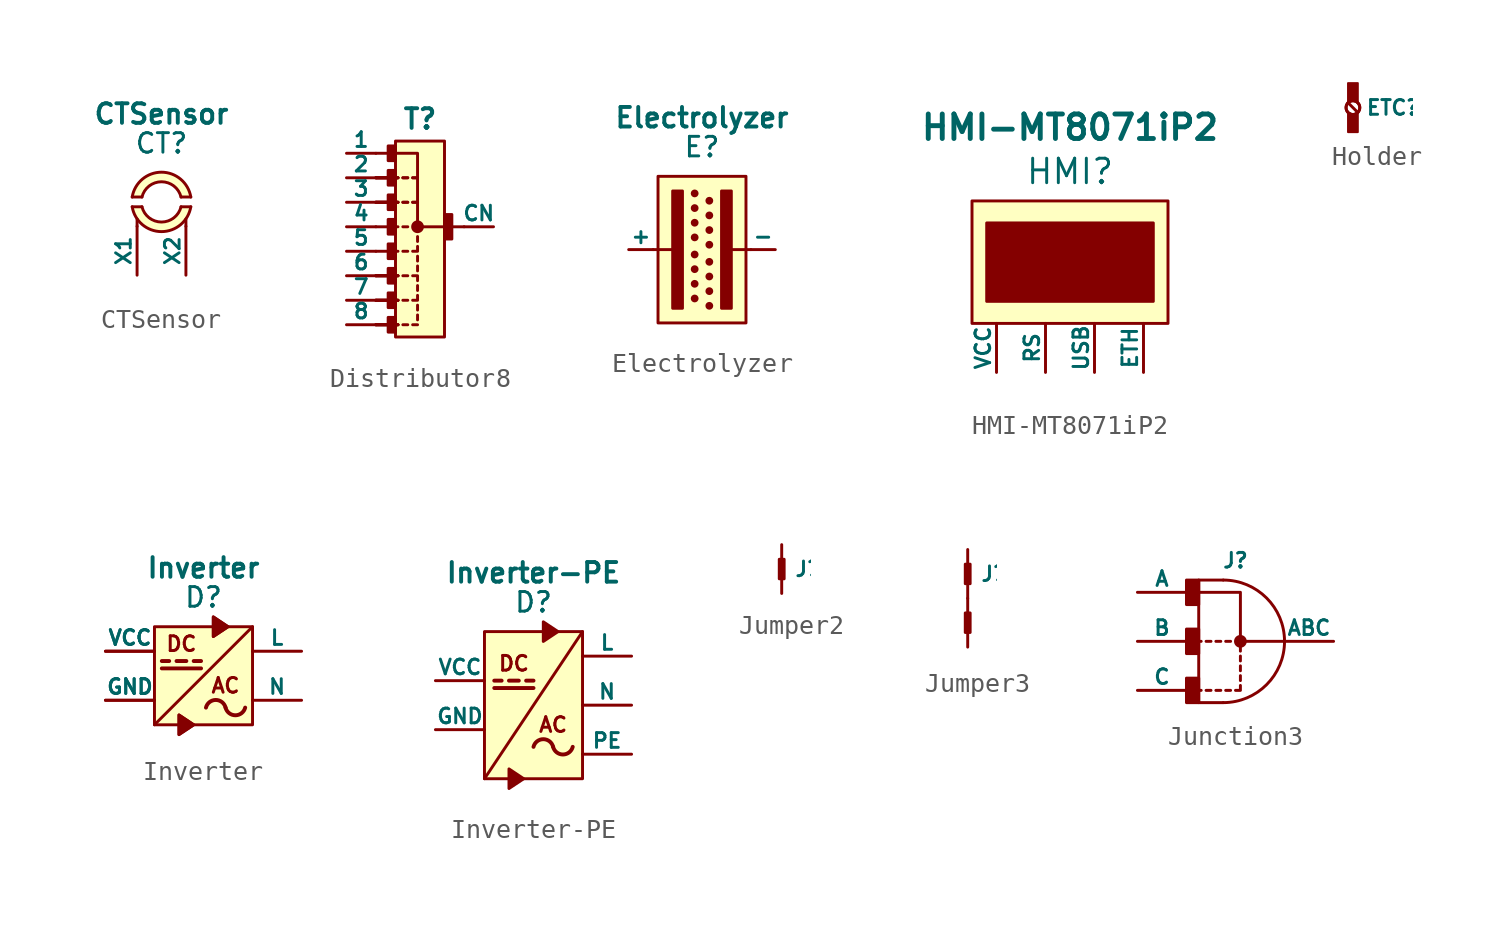
<source format=kicad_sym>
(kicad_symbol_lib
  (version 20231120)
  (generator "kicad_symbol_editor")
  (generator_version "8.0")
  (symbol "CTSensor"
    (pin_numbers hide)
    (pin_names
      (offset 0))
    (property "Reference" "CT"
      (at 0 3.048 0)
      (effects (font (size 1.016 1.016))))
    (property "Value" "CTSensor"
      (at 0 4.572 0)
      (effects (font (size 1.016 1.016) (bold yes))))
    (symbol "CTSensor_0_1"
      (polyline (pts (xy -1.27 -1.27) (xy -1.27 -0.889)) (stroke (width 0) (type solid)) (fill (type none)))
      (polyline (pts (xy 1.27 -1.27) (xy 1.27 -0.889)) (stroke (width 0) (type solid)) (fill (type none))))
    (symbol "CTSensor_1_1"
      (arc (start -1.524 -0.254) (mid 0 -1.545) (end 1.524 -0.254) (stroke (width 0) (type solid)) (fill (type none)))
      (arc (start -1.016 -0.254) (mid 0 -1.0473) (end 1.016 -0.254) (stroke (width 0) (type solid)) (fill (type none)))
      (polyline (pts (xy -1.524 -0.254) (xy -1.016 -0.254)) (stroke (width 0) (type solid)) (fill (type none)))
      (polyline (pts (xy -1.016 0.254) (xy -1.524 0.254)) (stroke (width 0) (type solid)) (fill (type none)))
      (polyline (pts (xy 1.016 -0.254) (xy 1.524 -0.254)) (stroke (width 0) (type solid)) (fill (type none)))
      (polyline (pts (xy 1.524 0.254) (xy 1.016 0.254)) (stroke (width 0) (type solid)) (fill (type none)))
      (polyline (pts (xy -1.016 0.254) (xy -0.889 0.635) (xy -0.635 0.889) (xy -0.254 1.016) (xy 0.254 1.016) (xy 0.635 0.889) (xy 0.889 0.635) (xy 1.016 0.254) (xy 1.524 0.254) (xy 1.397 0.635) (xy 1.143 1.016) (xy 0.889 1.27) (xy 0.635 1.397) (xy 0.254 1.524) (xy -0.254 1.524) (xy -0.635 1.397) (xy -0.889 1.27) (xy -1.143 1.016) (xy -1.397 0.635) (xy -1.524 0.254)) (stroke (width 0.025) (type solid)) (fill (type background)))
      (polyline (pts (xy 1.016 -0.254) (xy 0.889 -0.635) (xy 0.635 -0.889) (xy 0.254 -1.016) (xy -0.254 -1.016) (xy -0.635 -0.889) (xy -0.889 -0.635) (xy -1.016 -0.254) (xy -1.524 -0.254) (xy -1.397 -0.635) (xy -1.143 -1.016) (xy -0.889 -1.27) (xy -0.635 -1.397) (xy -0.254 -1.524) (xy 0.254 -1.524) (xy 0.635 -1.397) (xy 0.889 -1.27) (xy 1.143 -1.016) (xy 1.397 -0.635) (xy 1.524 -0.254)) (stroke (width 0.025) (type solid)) (fill (type background)))
      (arc (start 1.016 0.254) (mid 0 1.0473) (end -1.016 0.254) (stroke (width 0) (type solid)) (fill (type none)))
      (arc (start 1.524 0.254) (mid 0 1.545) (end -1.524 0.254) (stroke (width 0) (type solid)) (fill (type none)))
      (pin passive line (at -1.27 -3.81 90) (length 2.54) (name "X1" (effects (font (size 0.762 0.762)))) (number "1" (effects (font (size 0.762 0.762)))))
      (pin passive line (at 1.27 -3.81 90) (length 2.54) (name "X2" (effects (font (size 0.762 0.762)))) (number "2" (effects (font (size 0.762 0.762)))))))
  (symbol "Distributor8"
    (pin_numbers hide)
    (pin_names
      (offset 0))
    (property "Reference" "T"
      (at 0 5.588 0)
      (effects (font (size 1.016 1.016) (bold yes))))
    (symbol "Distributor8_0_1"
      (rectangle (start -1.651 -4.699) (end -1.27 -5.461) (stroke (width 0) (type solid)) (fill (type outline)))
      (rectangle (start -1.651 -3.429) (end -1.27 -4.191) (stroke (width 0) (type solid)) (fill (type outline)))
      (rectangle (start -1.651 -2.159) (end -1.27 -2.921) (stroke (width 0) (type solid)) (fill (type outline)))
      (rectangle (start -1.651 -0.889) (end -1.27 -1.651) (stroke (width 0) (type solid)) (fill (type outline)))
      (rectangle (start -1.651 0.381) (end -1.27 -0.381) (stroke (width 0) (type solid)) (fill (type outline)))
      (rectangle (start -1.651 1.651) (end -1.27 0.889) (stroke (width 0) (type solid)) (fill (type outline)))
      (rectangle (start -1.651 2.921) (end -1.27 2.159) (stroke (width 0) (type solid)) (fill (type outline)))
      (rectangle (start -1.651 4.191) (end -1.27 3.429) (stroke (width 0) (type solid)) (fill (type outline)))
      (rectangle (start -1.27 -5.715) (end 1.27 4.445) (stroke (width 0) (type solid)) (fill (type background)))
      (circle (center -0.127 0) (radius 0.254) (stroke (width 0) (type solid)) (fill (type outline)))
      (polyline (pts (xy -2.286 -1.27) (xy -1.143 -1.27)) (stroke (width 0) (type solid)) (fill (type none)))
      (polyline (pts (xy -0.889 -2.54) (xy -0.635 -2.54)) (stroke (width 0) (type solid)) (fill (type none)))
      (polyline (pts (xy -0.889 0) (xy -0.635 0)) (stroke (width 0) (type solid)) (fill (type none)))
      (polyline (pts (xy -0.889 1.27) (xy -0.635 1.27)) (stroke (width 0) (type solid)) (fill (type none)))
      (polyline (pts (xy -0.889 1.27) (xy -0.635 1.27)) (stroke (width 0) (type solid)) (fill (type none)))
      (polyline (pts (xy -0.889 2.54) (xy -0.635 2.54)) (stroke (width 0) (type solid)) (fill (type none)))
      (polyline (pts (xy -0.889 2.54) (xy -0.635 2.54)) (stroke (width 0) (type solid)) (fill (type none)))
      (polyline (pts (xy -0.381 1.27) (xy -0.127 1.27)) (stroke (width 0) (type solid)) (fill (type none)))
      (polyline (pts (xy -0.381 1.27) (xy -0.127 1.27)) (stroke (width 0) (type solid)) (fill (type none)))
      (polyline (pts (xy -0.381 2.54) (xy -0.127 2.54)) (stroke (width 0) (type solid)) (fill (type none)))
      (polyline (pts (xy -0.381 2.54) (xy -0.127 2.54)) (stroke (width 0) (type solid)) (fill (type none)))
      (polyline (pts (xy -0.127 -2.794) (xy -0.127 -2.54) (xy -0.381 -2.54)) (stroke (width 0) (type solid)) (fill (type none)))
      (polyline (pts (xy -2.286 3.81) (xy -0.127 3.81) (xy -0.127 0) (xy 2.286 0)) (stroke (width 0) (type solid)) (fill (type none)))
      (rectangle (start 1.651 -0.635) (end 1.27 0.635) (stroke (width 0) (type solid)) (fill (type outline))))
    (symbol "Distributor8_1_1"
      (polyline (pts (xy -2.286 -5.08) (xy -1.143 -5.08)) (stroke (width 0) (type solid)) (fill (type none)))
      (polyline (pts (xy -2.286 -5.08) (xy -1.143 -5.08)) (stroke (width 0) (type solid)) (fill (type none)))
      (polyline (pts (xy -2.286 -5.08) (xy -1.143 -5.08)) (stroke (width 0) (type solid)) (fill (type none)))
      (polyline (pts (xy -2.286 -5.08) (xy -1.143 -5.08)) (stroke (width 0) (type solid)) (fill (type none)))
      (polyline (pts (xy -2.286 -3.81) (xy -1.143 -3.81)) (stroke (width 0) (type solid)) (fill (type none)))
      (polyline (pts (xy -2.286 -3.81) (xy -1.143 -3.81)) (stroke (width 0) (type solid)) (fill (type none)))
      (polyline (pts (xy -2.286 -3.81) (xy -1.143 -3.81)) (stroke (width 0) (type solid)) (fill (type none)))
      (polyline (pts (xy -2.286 -3.81) (xy -1.143 -3.81)) (stroke (width 0) (type solid)) (fill (type none)))
      (polyline (pts (xy -2.286 -2.54) (xy -1.143 -2.54)) (stroke (width 0) (type solid)) (fill (type none)))
      (polyline (pts (xy -2.286 -2.54) (xy -1.143 -2.54)) (stroke (width 0) (type solid)) (fill (type none)))
      (polyline (pts (xy -2.286 -2.54) (xy -1.143 -2.54)) (stroke (width 0) (type solid)) (fill (type none)))
      (polyline (pts (xy -2.286 -2.54) (xy -1.143 -2.54)) (stroke (width 0) (type solid)) (fill (type none)))
      (polyline (pts (xy -2.286 0) (xy -1.143 0)) (stroke (width 0) (type solid)) (fill (type none)))
      (polyline (pts (xy -2.286 1.27) (xy -1.143 1.27)) (stroke (width 0) (type solid)) (fill (type none)))
      (polyline (pts (xy -2.286 1.27) (xy -1.143 1.27)) (stroke (width 0) (type solid)) (fill (type none)))
      (polyline (pts (xy -2.286 1.27) (xy -1.143 1.27)) (stroke (width 0) (type solid)) (fill (type none)))
      (polyline (pts (xy -2.286 1.27) (xy -1.143 1.27)) (stroke (width 0) (type solid)) (fill (type none)))
      (polyline (pts (xy -2.286 2.54) (xy -1.143 2.54)) (stroke (width 0) (type solid)) (fill (type none)))
      (polyline (pts (xy -2.286 2.54) (xy -1.143 2.54)) (stroke (width 0) (type solid)) (fill (type none)))
      (polyline (pts (xy -2.286 2.54) (xy -1.143 2.54)) (stroke (width 0) (type solid)) (fill (type none)))
      (polyline (pts (xy -2.286 2.54) (xy -1.143 2.54)) (stroke (width 0) (type solid)) (fill (type none)))
      (polyline (pts (xy -0.889 -5.08) (xy -0.635 -5.08)) (stroke (width 0) (type solid)) (fill (type none)))
      (polyline (pts (xy -0.889 -3.81) (xy -0.635 -3.81)) (stroke (width 0) (type solid)) (fill (type none)))
      (polyline (pts (xy -0.889 -1.27) (xy -0.635 -1.27)) (stroke (width 0) (type solid)) (fill (type none)))
      (polyline (pts (xy -0.381 -5.08) (xy -0.127 -5.08)) (stroke (width 0) (type solid)) (fill (type none)))
      (polyline (pts (xy -0.127 -4.826) (xy -0.127 -4.572)) (stroke (width 0) (type solid)) (fill (type none)))
      (polyline (pts (xy -0.127 -4.318) (xy -0.127 -4.064)) (stroke (width 0) (type solid)) (fill (type none)))
      (polyline (pts (xy -0.127 -3.302) (xy -0.127 -3.048)) (stroke (width 0) (type solid)) (fill (type none)))
      (polyline (pts (xy -0.127 -2.286) (xy -0.127 -2.032)) (stroke (width 0) (type solid)) (fill (type none)))
      (polyline (pts (xy -0.127 -1.778) (xy -0.127 -1.524)) (stroke (width 0) (type solid)) (fill (type none)))
      (polyline (pts (xy -0.127 -0.762) (xy -0.127 -0.508)) (stroke (width 0) (type solid)) (fill (type none)))
      (polyline (pts (xy -0.381 -3.81) (xy -0.127 -3.81) (xy -0.127 -3.556)) (stroke (width 0) (type solid)) (fill (type none)))
      (polyline (pts (xy -0.381 -1.27) (xy -0.127 -1.27) (xy -0.127 -1.016)) (stroke (width 0) (type solid)) (fill (type none)))
      (pin passive line (at -3.81 3.81 0) (length 1.524) (name "1" (effects (font (size 0.762 0.762)))) (number "1" (effects (font (size 0.762 0.762)))))
      (pin passive line (at -3.81 2.54 0) (length 1.524) (name "2" (effects (font (size 0.762 0.762)))) (number "2" (effects (font (size 0.762 0.762)))))
      (pin passive line (at -3.81 1.27 0) (length 1.524) (name "3" (effects (font (size 0.762 0.762)))) (number "3" (effects (font (size 0.762 0.762)))))
      (pin passive line (at -3.81 0 0) (length 1.524) (name "4" (effects (font (size 0.762 0.762)))) (number "4" (effects (font (size 0.762 0.762)))))
      (pin passive line (at -3.81 -1.27 0) (length 1.524) (name "5" (effects (font (size 0.762 0.762)))) (number "5" (effects (font (size 0.762 0.762)))))
      (pin passive line (at -3.81 -2.54 0) (length 1.524) (name "6" (effects (font (size 0.762 0.762)))) (number "6" (effects (font (size 0.762 0.762)))))
      (pin passive line (at -3.81 -3.81 0) (length 1.524) (name "7" (effects (font (size 0.762 0.762)))) (number "7" (effects (font (size 0.762 0.762)))))
      (pin passive line (at -3.81 -5.08 0) (length 1.524) (name "8" (effects (font (size 0.762 0.762)))) (number "8" (effects (font (size 0.762 0.762)))))
      (pin passive line (at 3.81 0 180) (length 1.524) (name "CN" (effects (font (size 0.762 0.762)))) (number "9" (effects (font (size 0.762 0.762)))))))
  (symbol "Electrolyzer"
    (pin_numbers hide)
    (pin_names
      (offset 0))
    (property "Reference" "E"
      (at 0 5.334 0)
      (effects (font (size 1.016 1.016))))
    (property "Value" "Electrolyzer"
      (at 0 6.858 0)
      (effects (font (size 1.016 1.016) (bold yes))))
    (symbol "Electrolyzer_0_1"
      (rectangle (start -2.286 3.81) (end 2.286 -3.81) (stroke (width 0) (type solid)) (fill (type background)))
      (rectangle (start -1.524 3.048) (end -1.016 -3.048) (stroke (width 0) (type solid)) (fill (type outline)))
      (circle (center -0.381 -2.54) (radius 0.127) (stroke (width 0) (type solid)) (fill (type outline)))
      (circle (center -0.381 -1.778) (radius 0.127) (stroke (width 0) (type solid)) (fill (type outline)))
      (circle (center -0.381 -1.016) (radius 0.127) (stroke (width 0) (type solid)) (fill (type outline)))
      (circle (center -0.381 -0.254) (radius 0.127) (stroke (width 0) (type solid)) (fill (type outline)))
      (circle (center -0.381 0.635) (radius 0.127) (stroke (width 0) (type solid)) (fill (type outline)))
      (circle (center -0.381 1.397) (radius 0.127) (stroke (width 0) (type solid)) (fill (type outline)))
      (circle (center -0.381 2.159) (radius 0.127) (stroke (width 0) (type solid)) (fill (type outline)))
      (circle (center -0.381 2.921) (radius 0.127) (stroke (width 0) (type solid)) (fill (type outline)))
      (polyline (pts (xy -2.54 0) (xy -1.27 0)) (stroke (width 0) (type solid)) (fill (type none)))
      (polyline (pts (xy 2.54 0) (xy 1.27 0)) (stroke (width 0) (type solid)) (fill (type none)))
      (circle (center 0.381 -2.921) (radius 0.127) (stroke (width 0) (type solid)) (fill (type outline)))
      (circle (center 0.381 -2.159) (radius 0.127) (stroke (width 0) (type solid)) (fill (type outline)))
      (circle (center 0.381 -1.397) (radius 0.127) (stroke (width 0) (type solid)) (fill (type outline)))
      (circle (center 0.381 -0.635) (radius 0.127) (stroke (width 0) (type solid)) (fill (type outline)))
      (circle (center 0.381 0.254) (radius 0.127) (stroke (width 0) (type solid)) (fill (type outline)))
      (circle (center 0.381 1.016) (radius 0.127) (stroke (width 0) (type solid)) (fill (type outline)))
      (circle (center 0.381 1.778) (radius 0.127) (stroke (width 0) (type solid)) (fill (type outline)))
      (circle (center 0.381 2.54) (radius 0.127) (stroke (width 0) (type solid)) (fill (type outline)))
      (rectangle (start 1.016 3.048) (end 1.524 -3.048) (stroke (width 0) (type solid)) (fill (type outline))))
    (symbol "Electrolyzer_1_1"
      (pin passive line (at -3.81 0 0) (length 1.27) (name "+" (effects (font (size 0.762 0.762)))) (number "1" (effects (font (size 0.762 0.762)))))
      (pin passive line (at 3.81 0 180) (length 1.27) (name "-" (effects (font (size 0.762 0.762)))) (number "2" (effects (font (size 0.762 0.762)))))))
  (symbol "HMI-MT8071iP2"
    (pin_numbers hide)
    (pin_names
      (offset 0))
    (property "Reference" "HMI"
      (at 0 5.334 0)
      (effects (font (size 1.27 1.27))))
    (property "Value" "HMI-MT8071iP2"
      (at 0 7.62 0)
      (effects (font (size 1.27 1.27) (bold yes))))
    (symbol "HMI-MT8071iP2_0_1"
      (rectangle (start -5.08 3.81) (end 5.08 -2.54) (stroke (width 0) (type solid)) (fill (type background)))
      (rectangle (start -4.318 2.667) (end 4.318 -1.397) (stroke (width 0) (type solid)) (fill (type outline))))
    (symbol "HMI-MT8071iP2_1_1"
      (pin passive line (at -3.81 -5.08 90) (length 2.54) (name "VCC" (effects (font (size 0.762 0.762)))) (number "1" (effects (font (size 0.762 0.762)))))
      (pin passive line (at 3.81 -5.08 90) (length 2.54) (name "ETH" (effects (font (size 0.762 0.762)))) (number "2" (effects (font (size 0.762 0.762)))))
      (pin passive line (at -1.27 -5.08 90) (length 2.54) (name "RS" (effects (font (size 0.762 0.762)))) (number "2" (effects (font (size 0.762 0.762)))))
      (pin passive line (at 1.27 -5.08 90) (length 2.54) (name "USB" (effects (font (size 0.762 0.762)))) (number "2" (effects (font (size 0.762 0.762)))))))
  (symbol "Holder"
    (pin_numbers hide)
    (pin_names
      (offset 0) hide)
    (property "Reference" "ETC"
      (at 0.635 0 0)
      (effects (font (size 0.762 0.762)) (justify left)))
    (symbol "Holder_0_1"
      (polyline (pts (xy -0.254 0.254) (xy 0.254 -0.254)) (stroke (width 0) (type solid)) (fill (type none)))
      (polyline (pts (xy -0.254 1.27) (xy -0.254 0.254) (xy 0 0.381) (xy 0.254 0.254) (xy 0.254 1.27) (xy -0.254 1.27)) (stroke (width 0.102) (type solid)) (fill (type outline)))
      (polyline (pts (xy 0.254 -1.27) (xy 0.254 -0.254) (xy 0 -0.381) (xy -0.254 -0.254) (xy -0.254 -1.27) (xy 0.254 -1.27)) (stroke (width 0.102) (type solid)) (fill (type outline)))
      (circle (center 0 0) (radius 0.356) (stroke (width 0) (type solid)) (fill (type none)))
      (circle (center 0 0) (radius 0.356) (stroke (width 0) (type solid)) (fill (type none)))))
  (symbol "Inverter"
    (pin_numbers hide)
    (pin_names
      (offset 0))
    (property "Reference" "D"
      (at 0 4.064 0)
      (effects (font (size 1.016 1.016))))
    (property "Value" "Inverter"
      (at 0 5.588 0)
      (effects (font (size 1.016 1.016) (bold yes))))
    (symbol "Inverter_0_0"
      (text "AC" (at 1.143 -0.508 0) (effects (font (size 0.762 0.762))))
      (text "DC" (at -1.143 1.651 0) (effects (font (size 0.762 0.762)))))
    (symbol "Inverter_0_1"
      (rectangle (start -2.54 2.54) (end 2.54 -2.54) (stroke (width 0) (type solid)) (fill (type background)))
      (polyline (pts (xy 2.54 2.54) (xy -2.54 -2.54)) (stroke (width 0) (type solid)) (fill (type none)))
      (polyline (pts (xy -1.27 -2.032) (xy -1.27 -3.048) (xy -0.508 -2.54) (xy -1.27 -2.032)) (stroke (width 0) (type solid)) (fill (type outline)))
      (polyline (pts (xy -1.27 -2.032) (xy -1.27 -3.048) (xy -0.508 -2.54) (xy -1.27 -2.032)) (stroke (width 0) (type solid)) (fill (type outline)))
      (polyline (pts (xy 0.508 3.048) (xy 0.508 2.032) (xy 1.27 2.54) (xy 0.508 3.048)) (stroke (width 0) (type solid)) (fill (type outline)))
      (polyline (pts (xy 0.508 3.048) (xy 0.508 2.032) (xy 1.27 2.54) (xy 0.508 3.048)) (stroke (width 0) (type solid)) (fill (type outline)))
      (arc (start 1.143 -1.651) (mid 0.635 -1.2544) (end 0.127 -1.651) (stroke (width 0.2032) (type solid)) (fill (type none)))
      (arc (start 1.143 -1.651) (mid 1.651 -2.0476) (end 2.159 -1.651) (stroke (width 0.2032) (type solid)) (fill (type none))))
    (symbol "Inverter_1_1"
      (polyline (pts (xy -2.159 0.762) (xy -1.778 0.762)) (stroke (width 0.203) (type solid)) (fill (type none)))
      (polyline (pts (xy -1.397 0.762) (xy -0.889 0.762)) (stroke (width 0.203) (type solid)) (fill (type none)))
      (polyline (pts (xy -0.508 0.762) (xy -0.127 0.762)) (stroke (width 0.203) (type solid)) (fill (type none)))
      (polyline (pts (xy -0.127 0.381) (xy -2.159 0.381)) (stroke (width 0.203) (type solid)) (fill (type none)))
      (pin passive line (at -5.08 1.27 0) (length 2.54) (name "VCC" (effects (font (size 0.762 0.762)))) (number "1" (effects (font (size 0.762 0.762)))))
      (pin passive line (at -5.08 1.27 0) (length 2.54) (name "VCC" (effects (font (size 0.762 0.762)))) (number "1" (effects (font (size 0.762 0.762)))))
      (pin passive line (at -5.08 -1.27 0) (length 2.54) (name "GND" (effects (font (size 0.762 0.762)))) (number "2" (effects (font (size 0.762 0.762)))))
      (pin passive line (at -5.08 -1.27 0) (length 2.54) (name "GND" (effects (font (size 0.762 0.762)))) (number "2" (effects (font (size 0.762 0.762)))))
      (pin passive line (at 5.08 1.27 180) (length 2.54) (name "L" (effects (font (size 0.762 0.762)))) (number "3" (effects (font (size 0.762 0.762)))))
      (pin passive line (at 5.08 -1.27 180) (length 2.54) (name "N" (effects (font (size 0.762 0.762)))) (number "4" (effects (font (size 0.762 0.762)))))))
  (symbol "Inverter-PE"
    (pin_numbers hide)
    (pin_names
      (offset 0))
    (property "Reference" "D"
      (at 0 5.334 0)
      (effects (font (size 1.016 1.016))))
    (property "Value" "Inverter-PE"
      (at 0 6.858 0)
      (effects (font (size 1.016 1.016) (bold yes))))
    (symbol "Inverter-PE_0_0"
      (text "AC" (at 1.016 -1.016 0) (effects (font (size 0.762 0.762))))
      (text "DC" (at -1.016 2.159 0) (effects (font (size 0.762 0.762)))))
    (symbol "Inverter-PE_0_1"
      (rectangle (start -2.54 3.81) (end 2.54 -3.81) (stroke (width 0) (type solid)) (fill (type background)))
      (polyline (pts (xy 2.54 3.81) (xy -2.54 -3.81)) (stroke (width 0) (type solid)) (fill (type none)))
      (polyline (pts (xy -1.27 -3.302) (xy -1.27 -4.318) (xy -0.508 -3.81) (xy -1.27 -3.302)) (stroke (width 0) (type solid)) (fill (type outline)))
      (polyline (pts (xy 0.508 4.318) (xy 0.508 3.302) (xy 1.27 3.81) (xy 0.508 4.318)) (stroke (width 0) (type solid)) (fill (type outline)))
      (arc (start 1.016 -2.159) (mid 0.508 -1.7624) (end 0 -2.159) (stroke (width 0.2032) (type solid)) (fill (type none)))
      (arc (start 1.016 -2.159) (mid 1.524 -2.5556) (end 2.032 -2.159) (stroke (width 0.2032) (type solid)) (fill (type none))))
    (symbol "Inverter-PE_1_1"
      (polyline (pts (xy -2.032 1.27) (xy -1.651 1.27)) (stroke (width 0.203) (type solid)) (fill (type none)))
      (polyline (pts (xy -1.27 1.27) (xy -0.762 1.27)) (stroke (width 0.203) (type solid)) (fill (type none)))
      (polyline (pts (xy -0.381 1.27) (xy 0 1.27)) (stroke (width 0.203) (type solid)) (fill (type none)))
      (polyline (pts (xy 0 0.889) (xy -2.032 0.889)) (stroke (width 0.203) (type solid)) (fill (type none)))
      (pin passive line (at -5.08 1.27 0) (length 2.54) (name "VCC" (effects (font (size 0.762 0.762)))) (number "1" (effects (font (size 0.762 0.762)))))
      (pin passive line (at -5.08 -1.27 0) (length 2.54) (name "GND" (effects (font (size 0.762 0.762)))) (number "2" (effects (font (size 0.762 0.762)))))
      (pin passive line (at 5.08 2.54 180) (length 2.54) (name "L" (effects (font (size 0.762 0.762)))) (number "3" (effects (font (size 0.762 0.762)))))
      (pin passive line (at 5.08 0 180) (length 2.54) (name "N" (effects (font (size 0.762 0.762)))) (number "4" (effects (font (size 0.762 0.762)))))
      (pin passive line (at 5.08 -2.54 180) (length 2.54) (name "PE" (effects (font (size 0.762 0.762)))) (number "5" (effects (font (size 0.762 0.762)))))))
  (symbol "Jumper2"
    (pin_numbers hide)
    (pin_names
      (offset 0) hide)
    (property "Reference" "J"
      (at 0.635 0 0)
      (effects (font (size 0.762 0.762)) (justify left)))
    (symbol "Jumper2_0_1"
      (rectangle (start 0.127 0.508) (end -0.127 -0.508) (stroke (width 0) (type solid)) (fill (type outline))))
    (symbol "Jumper2_1_1"
      (pin passive line (at 0 -1.27 90) (length 0.762) (name "1B" (effects (font (size 0.762 0.762)))) (number "2" (effects (font (size 0.762 0.762)))))
      (pin passive line (at 0 1.27 270) (length 0.762) (name "1B" (effects (font (size 0.762 0.762)))) (number "2" (effects (font (size 0.762 0.762)))))))
  (symbol "Jumper3"
    (pin_numbers hide)
    (pin_names
      (offset 0) hide)
    (property "Reference" "J"
      (at 0.635 0 0)
      (effects (font (size 0.762 0.762)) (justify left)))
    (symbol "Jumper3_0_1"
      (polyline (pts (xy 0 -0.508) (xy 0 -2.032)) (stroke (width 0) (type solid)) (fill (type none)))
      (rectangle (start 0.127 -2.032) (end -0.127 -3.048) (stroke (width 0) (type solid)) (fill (type outline)))
      (rectangle (start 0.127 0.508) (end -0.127 -0.508) (stroke (width 0) (type solid)) (fill (type outline))))
    (symbol "Jumper3_1_1"
      (pin passive line (at 0 -3.81 90) (length 0.762) (name "1B" (effects (font (size 0.762 0.762)))) (number "2" (effects (font (size 0.762 0.762)))))
      (pin passive line (at 0 -1.27 180) (length 0) (name "1B" (effects (font (size 0.762 0.762)))) (number "2" (effects (font (size 0.762 0.762)))))
      (pin passive line (at 0 1.27 270) (length 0.762) (name "1B" (effects (font (size 0.762 0.762)))) (number "2" (effects (font (size 0.762 0.762)))))))
  (symbol "Junction3"
    (pin_numbers hide)
    (pin_names
      (offset 0))
    (property "Reference" "J"
      (at 0 4.191 0)
      (effects (font (size 0.762 0.762) (bold yes))))
    (symbol "Junction3_0_1"
      (rectangle (start -2.54 -1.905) (end -1.905 -3.175) (stroke (width 0) (type solid)) (fill (type outline)))
      (rectangle (start -2.54 0.635) (end -1.905 -0.635) (stroke (width 0) (type solid)) (fill (type outline)))
      (rectangle (start -2.54 3.175) (end -1.905 1.905) (stroke (width 0) (type solid)) (fill (type outline)))
      (arc (start -0.635 -3.175) (mid 2.5262 0) (end -0.635 3.175) (stroke (width 0) (type solid)) (fill (type none)))
      (polyline (pts (xy -1.778 -2.54) (xy -2.032 -2.54)) (stroke (width 0) (type solid)) (fill (type none)))
      (polyline (pts (xy -1.778 0) (xy -2.032 0)) (stroke (width 0) (type solid)) (fill (type none)))
      (polyline (pts (xy -1.524 -2.54) (xy -1.27 -2.54)) (stroke (width 0) (type solid)) (fill (type none)))
      (polyline (pts (xy -1.524 0) (xy -1.27 0)) (stroke (width 0) (type solid)) (fill (type none)))
      (polyline (pts (xy -1.016 -2.54) (xy -0.762 -2.54)) (stroke (width 0) (type solid)) (fill (type none)))
      (polyline (pts (xy -1.016 0) (xy -0.762 0)) (stroke (width 0) (type solid)) (fill (type none)))
      (polyline (pts (xy -0.508 -2.54) (xy -0.254 -2.54)) (stroke (width 0) (type solid)) (fill (type none)))
      (polyline (pts (xy -0.508 0) (xy -0.254 0)) (stroke (width 0) (type solid)) (fill (type none)))
      (polyline (pts (xy 0.254 -2.032) (xy 0.254 -1.778)) (stroke (width 0) (type solid)) (fill (type none)))
      (polyline (pts (xy 0.254 -1.524) (xy 0.254 -1.27)) (stroke (width 0) (type solid)) (fill (type none)))
      (polyline (pts (xy 0.254 -1.016) (xy 0.254 -0.762)) (stroke (width 0) (type solid)) (fill (type none)))
      (polyline (pts (xy 0.254 -0.508) (xy 0.254 -0.254)) (stroke (width 0) (type solid)) (fill (type none)))
      (polyline (pts (xy 0 -2.54) (xy 0.254 -2.54) (xy 0.254 -2.286)) (stroke (width 0) (type solid)) (fill (type none)))
      (polyline (pts (xy -2.032 2.54) (xy 0.254 2.54) (xy 0.254 0) (xy 2.54 0)) (stroke (width 0) (type solid)) (fill (type none)))
      (polyline (pts (xy -0.635 3.175) (xy -1.905 3.175) (xy -1.905 -3.175) (xy -0.635 -3.175)) (stroke (width 0) (type solid)) (fill (type none)))
      (circle (center 0.254 0) (radius 0.254) (stroke (width 0) (type solid)) (fill (type outline))))
    (symbol "Junction3_1_1"
      (pin passive line (at -5.08 2.54 0) (length 2.54) (name "A" (effects (font (size 0.762 0.762)))) (number "1" (effects (font (size 0.762 0.762)))))
      (pin passive line (at -5.08 0 0) (length 2.54) (name "B" (effects (font (size 0.762 0.762)))) (number "2" (effects (font (size 0.762 0.762)))))
      (pin passive line (at -5.08 -2.54 0) (length 2.54) (name "C" (effects (font (size 0.762 0.762)))) (number "3" (effects (font (size 0.762 0.762)))))
      (pin passive line (at 5.08 0 180) (length 2.54) (name "ABC" (effects (font (size 0.762 0.762)))) (number "4" (effects (font (size 0.762 0.762))))))))
</source>
